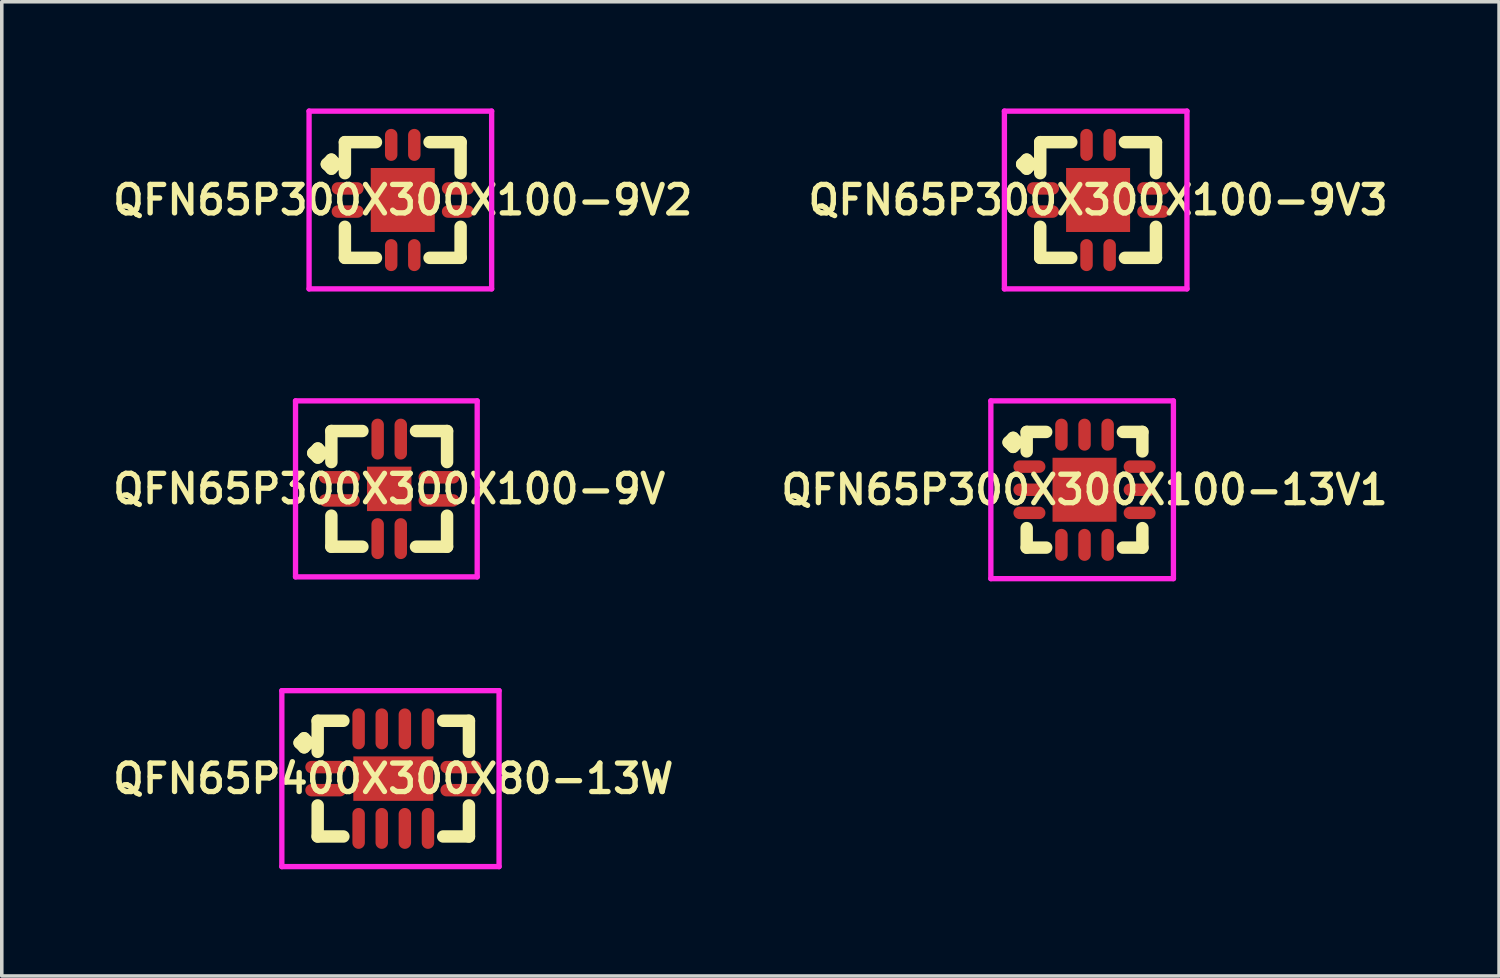
<source format=kicad_pcb>
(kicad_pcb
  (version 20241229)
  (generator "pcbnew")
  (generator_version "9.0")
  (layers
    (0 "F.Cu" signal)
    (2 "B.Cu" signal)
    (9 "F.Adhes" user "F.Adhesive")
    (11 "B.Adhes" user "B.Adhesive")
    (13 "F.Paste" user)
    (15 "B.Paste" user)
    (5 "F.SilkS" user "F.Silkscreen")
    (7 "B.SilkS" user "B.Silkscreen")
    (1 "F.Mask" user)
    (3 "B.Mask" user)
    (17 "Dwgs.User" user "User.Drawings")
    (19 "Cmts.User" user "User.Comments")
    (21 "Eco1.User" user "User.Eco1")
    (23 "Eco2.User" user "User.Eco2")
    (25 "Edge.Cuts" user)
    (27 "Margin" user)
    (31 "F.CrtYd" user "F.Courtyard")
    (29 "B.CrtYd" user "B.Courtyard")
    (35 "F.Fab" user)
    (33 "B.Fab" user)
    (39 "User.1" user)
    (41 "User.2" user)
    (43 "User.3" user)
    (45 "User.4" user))
  (footprint "QFN65P300X300X100-9V2"
    (layer "F.Cu")
    (at 8.278 2.575)
    (property "Reference" "QFN65P300X300X100-9V2" (at 0 0 0) (layer "F.SilkS") (effects (font (size 0.8 0.8) (thickness 0.15))))
    (attr smd)
    (fp_line (start -2.135 -1.008) (end -2.008 -1.135) (stroke (width 0.35) (type solid)) (layer "F.SilkS"))
    (fp_line (start -2.008 -1.135) (end -1.881 -1.008) (stroke (width 0.35) (type solid)) (layer "F.SilkS"))
    (fp_line (start -2.008 -0.881) (end -2.135 -1.008) (stroke (width 0.35) (type solid)) (layer "F.SilkS"))
    (fp_line (start -1.881 -1.008) (end -2.008 -0.881) (stroke (width 0.35) (type solid)) (layer "F.SilkS"))
    (fp_line (start -1.627 -1.627) (end -0.754 -1.627) (stroke (width 0.35) (type solid)) (layer "F.SilkS"))
    (fp_line (start -1.627 -0.754) (end -1.627 -1.627) (stroke (width 0.35) (type solid)) (layer "F.SilkS"))
    (fp_line (start -1.627 0.754) (end -1.627 1.627) (stroke (width 0.35) (type solid)) (layer "F.SilkS"))
    (fp_line (start -1.627 1.627) (end -0.754 1.627) (stroke (width 0.35) (type solid)) (layer "F.SilkS"))
    (fp_line (start 0.754 -1.627) (end 1.627 -1.627) (stroke (width 0.35) (type solid)) (layer "F.SilkS"))
    (fp_line (start 0.754 1.627) (end 1.627 1.627) (stroke (width 0.35) (type solid)) (layer "F.SilkS"))
    (fp_line (start 1.627 -1.627) (end 1.627 -0.754) (stroke (width 0.35) (type solid)) (layer "F.SilkS"))
    (fp_line (start 1.627 1.627) (end 1.627 0.754) (stroke (width 0.35) (type solid)) (layer "F.SilkS"))
    (fp_line (start -2.635 -2.5) (end 2.5 -2.5) (stroke (width 0.15) (type solid)) (layer "F.CrtYd"))
    (fp_line (start -2.635 2.5) (end -2.635 -2.5) (stroke (width 0.15) (type solid)) (layer "F.CrtYd"))
    (fp_line (start 2.5 -2.5) (end 2.5 2.5) (stroke (width 0.15) (type solid)) (layer "F.CrtYd"))
    (fp_line (start 2.5 2.5) (end -2.635 2.5) (stroke (width 0.15) (type solid)) (layer "F.CrtYd"))
    (pad "1" smd oval (at -1.55 -0.325) (size 0.9 0.35) (layers "F.Cu" "F.Mask" "F.Paste"))
    (pad "2" smd oval (at -1.55 0.325) (size 0.9 0.35) (layers "F.Cu" "F.Mask" "F.Paste"))
    (pad "3" smd oval (at -0.325 1.55) (size 0.35 0.9) (layers "F.Cu" "F.Mask" "F.Paste"))
    (pad "4" smd oval (at 0.325 1.55) (size 0.35 0.9) (layers "F.Cu" "F.Mask" "F.Paste"))
    (pad "5" smd oval (at 1.55 0.325) (size 0.9 0.35) (layers "F.Cu" "F.Mask" "F.Paste"))
    (pad "6" smd oval (at 1.55 -0.325) (size 0.9 0.35) (layers "F.Cu" "F.Mask" "F.Paste"))
    (pad "7" smd oval (at 0.325 -1.55) (size 0.35 0.9) (layers "F.Cu" "F.Mask" "F.Paste"))
    (pad "8" smd oval (at -0.325 -1.55) (size 0.35 0.9) (layers "F.Cu" "F.Mask" "F.Paste"))
    (pad "9" smd rect (at 0 0) (size 1.8 1.8) (layers "F.Cu" "F.Mask" "F.Paste")))
  (footprint "QFN65P300X300X100-9V"
    (layer "F.Cu")
    (at 7.897 10.7)
    (property "Reference" "QFN65P300X300X100-9V" (at 0 0 0) (layer "F.SilkS") (effects (font (size 0.8 0.8) (thickness 0.15))))
    (attr smd)
    (fp_line (start -2.135 -1.008) (end -2.008 -1.135) (stroke (width 0.35) (type solid)) (layer "F.SilkS"))
    (fp_line (start -2.008 -1.135) (end -1.881 -1.008) (stroke (width 0.35) (type solid)) (layer "F.SilkS"))
    (fp_line (start -2.008 -0.881) (end -2.135 -1.008) (stroke (width 0.35) (type solid)) (layer "F.SilkS"))
    (fp_line (start -1.881 -1.008) (end -2.008 -0.881) (stroke (width 0.35) (type solid)) (layer "F.SilkS"))
    (fp_line (start -1.627 -1.627) (end -0.754 -1.627) (stroke (width 0.35) (type solid)) (layer "F.SilkS"))
    (fp_line (start -1.627 -0.754) (end -1.627 -1.627) (stroke (width 0.35) (type solid)) (layer "F.SilkS"))
    (fp_line (start -1.627 0.754) (end -1.627 1.627) (stroke (width 0.35) (type solid)) (layer "F.SilkS"))
    (fp_line (start -1.627 1.627) (end -0.754 1.627) (stroke (width 0.35) (type solid)) (layer "F.SilkS"))
    (fp_line (start 0.754 -1.627) (end 1.627 -1.627) (stroke (width 0.35) (type solid)) (layer "F.SilkS"))
    (fp_line (start 0.754 1.627) (end 1.627 1.627) (stroke (width 0.35) (type solid)) (layer "F.SilkS"))
    (fp_line (start 1.627 -1.627) (end 1.627 -0.754) (stroke (width 0.35) (type solid)) (layer "F.SilkS"))
    (fp_line (start 1.627 1.627) (end 1.627 0.754) (stroke (width 0.35) (type solid)) (layer "F.SilkS"))
    (fp_line (start -2.635 -2.475) (end 2.475 -2.475) (stroke (width 0.15) (type solid)) (layer "F.CrtYd"))
    (fp_line (start -2.635 2.475) (end -2.635 -2.475) (stroke (width 0.15) (type solid)) (layer "F.CrtYd"))
    (fp_line (start 2.475 -2.475) (end 2.475 2.475) (stroke (width 0.15) (type solid)) (layer "F.CrtYd"))
    (fp_line (start 2.475 2.475) (end -2.635 2.475) (stroke (width 0.15) (type solid)) (layer "F.CrtYd"))
    (pad "1" smd oval (at -1.4 -0.325) (size 1.15 0.35) (layers "F.Cu" "F.Mask" "F.Paste"))
    (pad "2" smd oval (at -1.4 0.325) (size 1.15 0.35) (layers "F.Cu" "F.Mask" "F.Paste"))
    (pad "3" smd oval (at -0.325 1.4) (size 0.35 1.15) (layers "F.Cu" "F.Mask" "F.Paste"))
    (pad "4" smd oval (at 0.325 1.4) (size 0.35 1.15) (layers "F.Cu" "F.Mask" "F.Paste"))
    (pad "5" smd oval (at 1.4 0.325) (size 1.15 0.35) (layers "F.Cu" "F.Mask" "F.Paste"))
    (pad "6" smd oval (at 1.4 -0.325) (size 1.15 0.35) (layers "F.Cu" "F.Mask" "F.Paste"))
    (pad "7" smd oval (at 0.325 -1.4) (size 0.35 1.15) (layers "F.Cu" "F.Mask" "F.Paste"))
    (pad "8" smd oval (at -0.325 -1.4) (size 0.35 1.15) (layers "F.Cu" "F.Mask" "F.Paste"))
    (pad "9" smd rect (at 0 0) (size 1.25 1.25) (layers "F.Cu" "F.Mask" "F.Paste")))
  (footprint "QFN65P300X300X100-13V1"
    (layer "F.Cu")
    (at 27.454 10.725)
    (property "Reference" "QFN65P300X300X100-13V1" (at 0 0 0) (layer "F.SilkS") (effects (font (size 0.8 0.8) (thickness 0.15))))
    (attr smd)
    (fp_line (start -2.135 -1.333) (end -2.008 -1.46) (stroke (width 0.35) (type solid)) (layer "F.SilkS"))
    (fp_line (start -2.008 -1.46) (end -1.881 -1.333) (stroke (width 0.35) (type solid)) (layer "F.SilkS"))
    (fp_line (start -2.008 -1.206) (end -2.135 -1.333) (stroke (width 0.35) (type solid)) (layer "F.SilkS"))
    (fp_line (start -1.881 -1.333) (end -2.008 -1.206) (stroke (width 0.35) (type solid)) (layer "F.SilkS"))
    (fp_line (start -1.627 -1.627) (end -1.079 -1.627) (stroke (width 0.35) (type solid)) (layer "F.SilkS"))
    (fp_line (start -1.627 -1.079) (end -1.627 -1.627) (stroke (width 0.35) (type solid)) (layer "F.SilkS"))
    (fp_line (start -1.627 1.079) (end -1.627 1.627) (stroke (width 0.35) (type solid)) (layer "F.SilkS"))
    (fp_line (start -1.627 1.627) (end -1.079 1.627) (stroke (width 0.35) (type solid)) (layer "F.SilkS"))
    (fp_line (start 1.079 -1.627) (end 1.627 -1.627) (stroke (width 0.35) (type solid)) (layer "F.SilkS"))
    (fp_line (start 1.079 1.627) (end 1.627 1.627) (stroke (width 0.35) (type solid)) (layer "F.SilkS"))
    (fp_line (start 1.627 -1.627) (end 1.627 -1.079) (stroke (width 0.35) (type solid)) (layer "F.SilkS"))
    (fp_line (start 1.627 1.627) (end 1.627 1.079) (stroke (width 0.35) (type solid)) (layer "F.SilkS"))
    (fp_line (start -2.635 -2.5) (end 2.5 -2.5) (stroke (width 0.15) (type solid)) (layer "F.CrtYd"))
    (fp_line (start -2.635 2.5) (end -2.635 -2.5) (stroke (width 0.15) (type solid)) (layer "F.CrtYd"))
    (fp_line (start 2.5 -2.5) (end 2.5 2.5) (stroke (width 0.15) (type solid)) (layer "F.CrtYd"))
    (fp_line (start 2.5 2.5) (end -2.635 2.5) (stroke (width 0.15) (type solid)) (layer "F.CrtYd"))
    (pad "1" smd oval (at -1.55 -0.65) (size 0.9 0.35) (layers "F.Cu" "F.Mask" "F.Paste"))
    (pad "2" smd oval (at -1.55 0) (size 0.9 0.35) (layers "F.Cu" "F.Mask" "F.Paste"))
    (pad "3" smd oval (at -1.55 0.65) (size 0.9 0.35) (layers "F.Cu" "F.Mask" "F.Paste"))
    (pad "4" smd oval (at -0.65 1.55) (size 0.35 0.9) (layers "F.Cu" "F.Mask" "F.Paste"))
    (pad "5" smd oval (at 0 1.55) (size 0.35 0.9) (layers "F.Cu" "F.Mask" "F.Paste"))
    (pad "6" smd oval (at 0.65 1.55) (size 0.35 0.9) (layers "F.Cu" "F.Mask" "F.Paste"))
    (pad "7" smd oval (at 1.55 0.65) (size 0.9 0.35) (layers "F.Cu" "F.Mask" "F.Paste"))
    (pad "8" smd oval (at 1.55 0) (size 0.9 0.35) (layers "F.Cu" "F.Mask" "F.Paste"))
    (pad "9" smd oval (at 1.55 -0.65) (size 0.9 0.35) (layers "F.Cu" "F.Mask" "F.Paste"))
    (pad "10" smd oval (at 0.65 -1.55) (size 0.35 0.9) (layers "F.Cu" "F.Mask" "F.Paste"))
    (pad "11" smd oval (at 0 -1.55) (size 0.35 0.9) (layers "F.Cu" "F.Mask" "F.Paste"))
    (pad "12" smd oval (at -0.65 -1.55) (size 0.35 0.9) (layers "F.Cu" "F.Mask" "F.Paste"))
    (pad "13" smd rect (at 0 0) (size 1.8 1.8) (layers "F.Cu" "F.Mask" "F.Paste")))
  (footprint "QFN65P400X300X80-13W"
    (layer "F.Cu")
    (at 8.012 18.85)
    (property "Reference" "QFN65P400X300X80-13W" (at 0 0 0) (layer "F.SilkS") (effects (font (size 0.8 0.8) (thickness 0.15))))
    (attr smd)
    (fp_line (start -2.635 -1.008) (end -2.508 -1.135) (stroke (width 0.35) (type solid)) (layer "F.SilkS"))
    (fp_line (start -2.508 -1.135) (end -2.381 -1.008) (stroke (width 0.35) (type solid)) (layer "F.SilkS"))
    (fp_line (start -2.508 -0.881) (end -2.635 -1.008) (stroke (width 0.35) (type solid)) (layer "F.SilkS"))
    (fp_line (start -2.381 -1.008) (end -2.508 -0.881) (stroke (width 0.35) (type solid)) (layer "F.SilkS"))
    (fp_line (start -2.127 -1.627) (end -1.404 -1.627) (stroke (width 0.35) (type solid)) (layer "F.SilkS"))
    (fp_line (start -2.127 -0.754) (end -2.127 -1.627) (stroke (width 0.35) (type solid)) (layer "F.SilkS"))
    (fp_line (start -2.127 0.754) (end -2.127 1.627) (stroke (width 0.35) (type solid)) (layer "F.SilkS"))
    (fp_line (start -2.127 1.627) (end -1.404 1.627) (stroke (width 0.35) (type solid)) (layer "F.SilkS"))
    (fp_line (start 1.404 -1.627) (end 2.127 -1.627) (stroke (width 0.35) (type solid)) (layer "F.SilkS"))
    (fp_line (start 1.404 1.627) (end 2.127 1.627) (stroke (width 0.35) (type solid)) (layer "F.SilkS"))
    (fp_line (start 2.127 -1.627) (end 2.127 -0.754) (stroke (width 0.35) (type solid)) (layer "F.SilkS"))
    (fp_line (start 2.127 1.627) (end 2.127 0.754) (stroke (width 0.35) (type solid)) (layer "F.SilkS"))
    (fp_line (start -3.135 -2.475) (end 2.975 -2.475) (stroke (width 0.15) (type solid)) (layer "F.CrtYd"))
    (fp_line (start -3.135 2.475) (end -3.135 -2.475) (stroke (width 0.15) (type solid)) (layer "F.CrtYd"))
    (fp_line (start 2.975 -2.475) (end 2.975 2.475) (stroke (width 0.15) (type solid)) (layer "F.CrtYd"))
    (fp_line (start 2.975 2.475) (end -3.135 2.475) (stroke (width 0.15) (type solid)) (layer "F.CrtYd"))
    (pad "1" smd oval (at -1.9 -0.325) (size 1.15 0.35) (layers "F.Cu" "F.Mask" "F.Paste"))
    (pad "2" smd oval (at -1.9 0.325) (size 1.15 0.35) (layers "F.Cu" "F.Mask" "F.Paste"))
    (pad "3" smd oval (at -0.975 1.4) (size 0.35 1.15) (layers "F.Cu" "F.Mask" "F.Paste"))
    (pad "4" smd oval (at -0.325 1.4) (size 0.35 1.15) (layers "F.Cu" "F.Mask" "F.Paste"))
    (pad "5" smd oval (at 0.325 1.4) (size 0.35 1.15) (layers "F.Cu" "F.Mask" "F.Paste"))
    (pad "6" smd oval (at 0.975 1.4) (size 0.35 1.15) (layers "F.Cu" "F.Mask" "F.Paste"))
    (pad "7" smd oval (at 1.9 0.325) (size 1.15 0.35) (layers "F.Cu" "F.Mask" "F.Paste"))
    (pad "8" smd oval (at 1.9 -0.325) (size 1.15 0.35) (layers "F.Cu" "F.Mask" "F.Paste"))
    (pad "9" smd oval (at 0.975 -1.4) (size 0.35 1.15) (layers "F.Cu" "F.Mask" "F.Paste"))
    (pad "10" smd oval (at 0.325 -1.4) (size 0.35 1.15) (layers "F.Cu" "F.Mask" "F.Paste"))
    (pad "11" smd oval (at -0.325 -1.4) (size 0.35 1.15) (layers "F.Cu" "F.Mask" "F.Paste"))
    (pad "12" smd oval (at -0.975 -1.4) (size 0.35 1.15) (layers "F.Cu" "F.Mask" "F.Paste"))
    (pad "13" smd rect (at 0 0) (size 2.25 1.25) (layers "F.Cu" "F.Mask" "F.Paste")))
  (footprint "QFN65P300X300X100-9V3"
    (layer "F.Cu")
    (at 27.835 2.575)
    (property "Reference" "QFN65P300X300X100-9V3" (at 0 0 0) (layer "F.SilkS") (effects (font (size 0.8 0.8) (thickness 0.15))))
    (attr smd)
    (fp_line (start -2.135 -1.008) (end -2.008 -1.135) (stroke (width 0.35) (type solid)) (layer "F.SilkS"))
    (fp_line (start -2.008 -1.135) (end -1.881 -1.008) (stroke (width 0.35) (type solid)) (layer "F.SilkS"))
    (fp_line (start -2.008 -0.881) (end -2.135 -1.008) (stroke (width 0.35) (type solid)) (layer "F.SilkS"))
    (fp_line (start -1.881 -1.008) (end -2.008 -0.881) (stroke (width 0.35) (type solid)) (layer "F.SilkS"))
    (fp_line (start -1.627 -1.627) (end -0.754 -1.627) (stroke (width 0.35) (type solid)) (layer "F.SilkS"))
    (fp_line (start -1.627 -0.754) (end -1.627 -1.627) (stroke (width 0.35) (type solid)) (layer "F.SilkS"))
    (fp_line (start -1.627 0.754) (end -1.627 1.627) (stroke (width 0.35) (type solid)) (layer "F.SilkS"))
    (fp_line (start -1.627 1.627) (end -0.754 1.627) (stroke (width 0.35) (type solid)) (layer "F.SilkS"))
    (fp_line (start 0.754 -1.627) (end 1.627 -1.627) (stroke (width 0.35) (type solid)) (layer "F.SilkS"))
    (fp_line (start 0.754 1.627) (end 1.627 1.627) (stroke (width 0.35) (type solid)) (layer "F.SilkS"))
    (fp_line (start 1.627 -1.627) (end 1.627 -0.754) (stroke (width 0.35) (type solid)) (layer "F.SilkS"))
    (fp_line (start 1.627 1.627) (end 1.627 0.754) (stroke (width 0.35) (type solid)) (layer "F.SilkS"))
    (fp_line (start -2.635 -2.5) (end 2.5 -2.5) (stroke (width 0.15) (type solid)) (layer "F.CrtYd"))
    (fp_line (start -2.635 2.5) (end -2.635 -2.5) (stroke (width 0.15) (type solid)) (layer "F.CrtYd"))
    (fp_line (start 2.5 -2.5) (end 2.5 2.5) (stroke (width 0.15) (type solid)) (layer "F.CrtYd"))
    (fp_line (start 2.5 2.5) (end -2.635 2.5) (stroke (width 0.15) (type solid)) (layer "F.CrtYd"))
    (pad "1" smd oval (at -1.55 -0.325) (size 0.9 0.35) (layers "F.Cu" "F.Mask" "F.Paste"))
    (pad "2" smd oval (at -1.55 0.325) (size 0.9 0.35) (layers "F.Cu" "F.Mask" "F.Paste"))
    (pad "3" smd oval (at -0.325 1.55) (size 0.35 0.9) (layers "F.Cu" "F.Mask" "F.Paste"))
    (pad "4" smd oval (at 0.325 1.55) (size 0.35 0.9) (layers "F.Cu" "F.Mask" "F.Paste"))
    (pad "5" smd oval (at 1.55 0.325) (size 0.9 0.35) (layers "F.Cu" "F.Mask" "F.Paste"))
    (pad "6" smd oval (at 1.55 -0.325) (size 0.9 0.35) (layers "F.Cu" "F.Mask" "F.Paste"))
    (pad "7" smd oval (at 0.325 -1.55) (size 0.35 0.9) (layers "F.Cu" "F.Mask" "F.Paste"))
    (pad "8" smd oval (at -0.325 -1.55) (size 0.35 0.9) (layers "F.Cu" "F.Mask" "F.Paste"))
    (pad "9" smd rect (at 0 0) (size 1.8 1.8) (layers "F.Cu" "F.Mask" "F.Paste")))
  (gr_rect
    (start -3 -3)
    (end 39.113 24.4)
    (stroke (width 0.1) (type default))
    (fill no)
    (layer "Edge.Cuts")))
</source>
